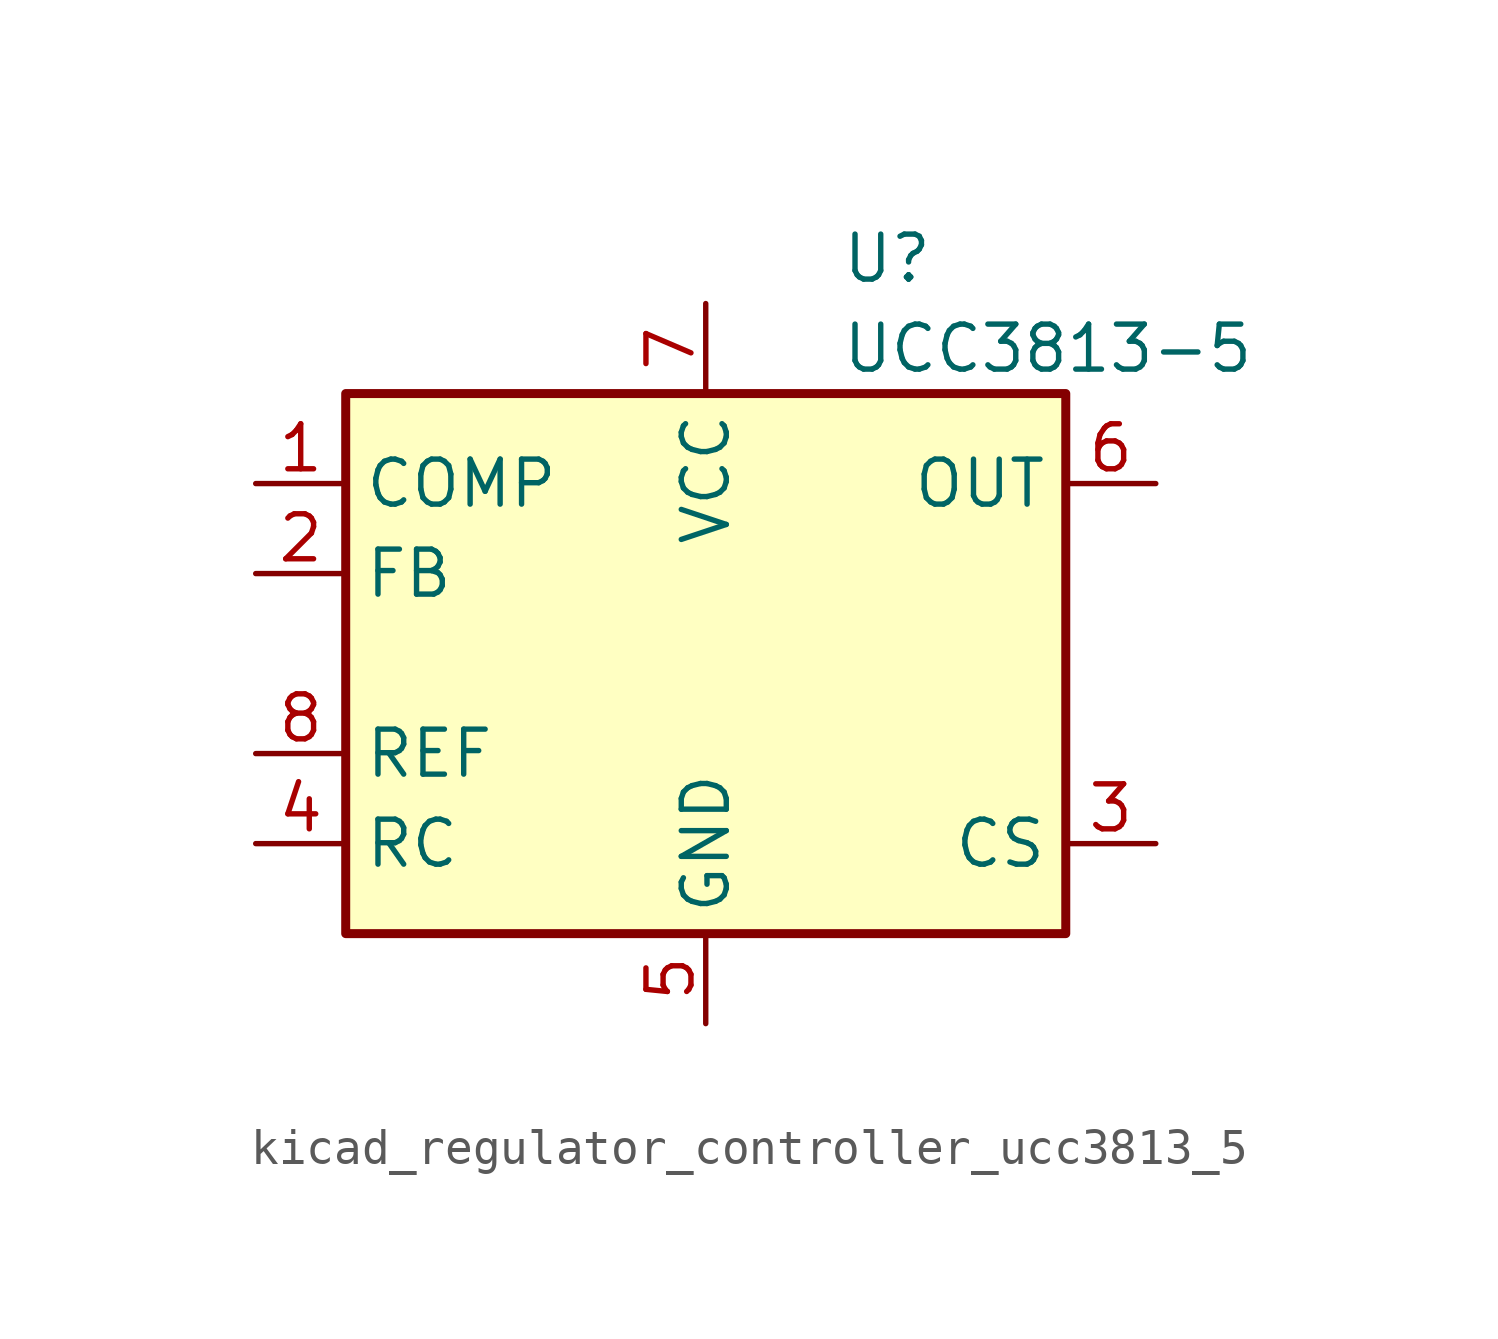
<source format=kicad_sym>
(kicad_symbol_lib
  (version 20220914)
  (generator kicad_symbol_editor)
  (symbol "kicad_regulator_controller_ucc3813_5"
    (property "Reference" "U"
      (at 3.81 11.43 0)
      (effects (font (size 1.27 1.27)) (justify left)))
    (property "Value" "UCC3813-5"
      (at 3.81 8.89 0)
      (effects (font (size 1.27 1.27)) (justify left)))
    (symbol "kicad_regulator_controller_ucc3813_5_0_1"
      (rectangle (start -10.16 -7.62) (end 10.16 7.62) (stroke (width 0.254) (type default)) (fill (type background))))
    (symbol "kicad_regulator_controller_ucc3813_5_1_1"
      (pin passive line (at -12.7 5.08 0) (length 2.54) (name "COMP" (effects (font (size 1.27 1.27)))) (number "1" (effects (font (size 1.27 1.27)))))
      (pin input line (at -12.7 2.54 0) (length 2.54) (name "FB" (effects (font (size 1.27 1.27)))) (number "2" (effects (font (size 1.27 1.27)))))
      (pin input line (at 12.7 -5.08 180) (length 2.54) (name "CS" (effects (font (size 1.27 1.27)))) (number "3" (effects (font (size 1.27 1.27)))))
      (pin passive line (at -12.7 -5.08 0) (length 2.54) (name "RC" (effects (font (size 1.27 1.27)))) (number "4" (effects (font (size 1.27 1.27)))))
      (pin power_in line (at 0 -10.16 90) (length 2.54) (name "GND" (effects (font (size 1.27 1.27)))) (number "5" (effects (font (size 1.27 1.27)))))
      (pin output line (at 12.7 5.08 180) (length 2.54) (name "OUT" (effects (font (size 1.27 1.27)))) (number "6" (effects (font (size 1.27 1.27)))))
      (pin power_in line (at 0 10.16 270) (length 2.54) (name "VCC" (effects (font (size 1.27 1.27)))) (number "7" (effects (font (size 1.27 1.27)))))
      (pin power_in line (at -12.7 -2.54 0) (length 2.54) (name "REF" (effects (font (size 1.27 1.27)))) (number "8" (effects (font (size 1.27 1.27))))))))
</source>
